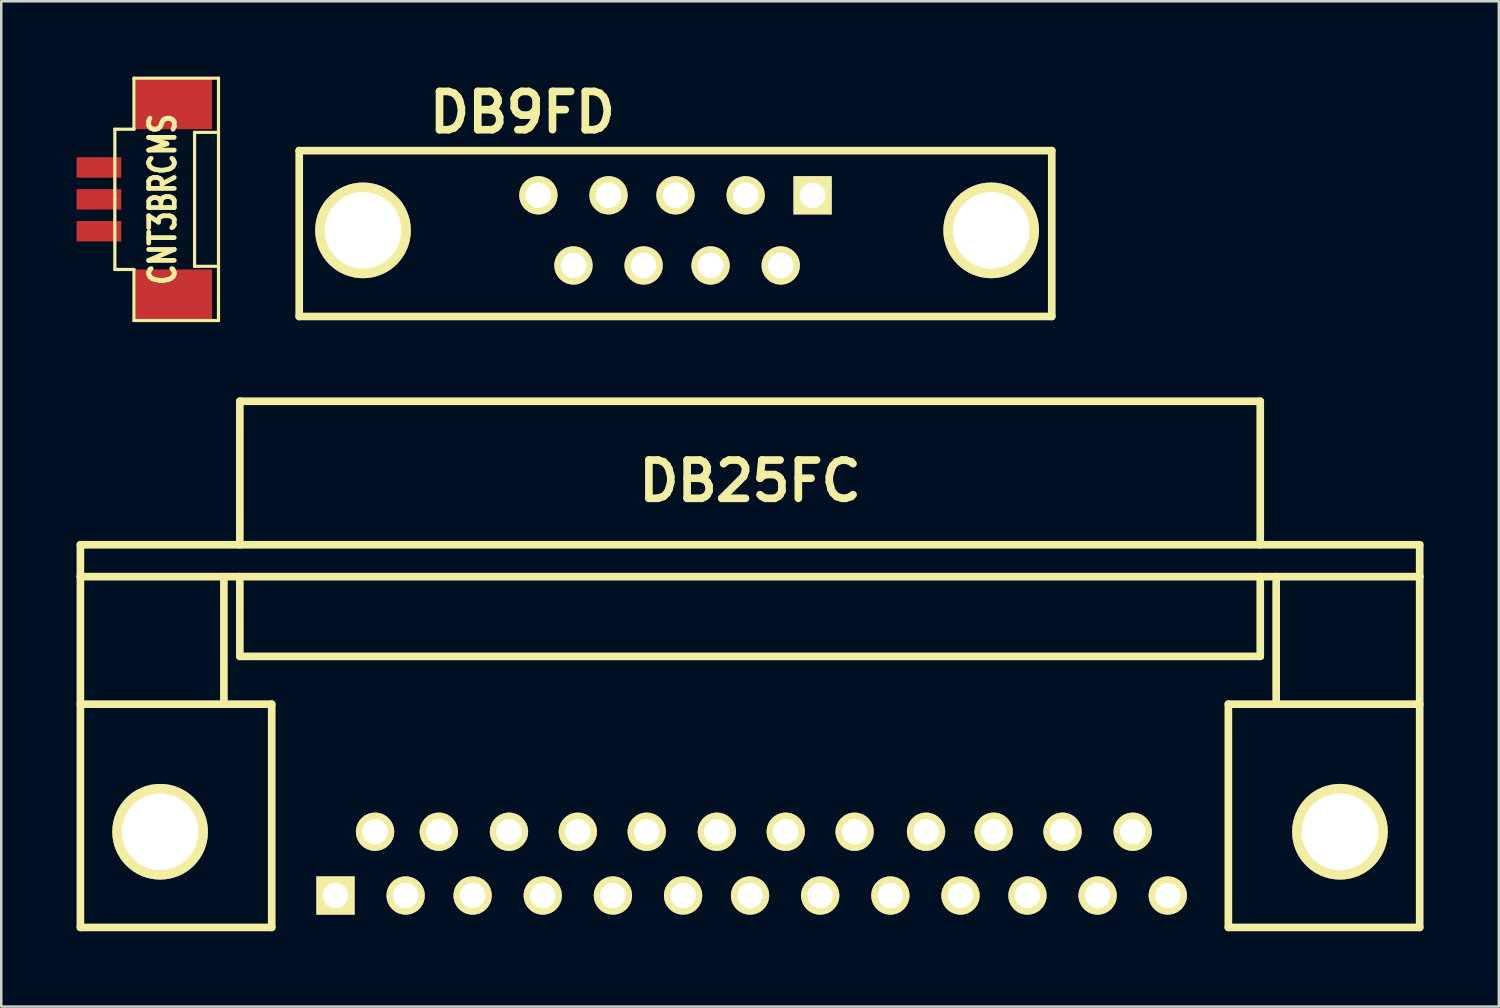
<source format=kicad_pcb>
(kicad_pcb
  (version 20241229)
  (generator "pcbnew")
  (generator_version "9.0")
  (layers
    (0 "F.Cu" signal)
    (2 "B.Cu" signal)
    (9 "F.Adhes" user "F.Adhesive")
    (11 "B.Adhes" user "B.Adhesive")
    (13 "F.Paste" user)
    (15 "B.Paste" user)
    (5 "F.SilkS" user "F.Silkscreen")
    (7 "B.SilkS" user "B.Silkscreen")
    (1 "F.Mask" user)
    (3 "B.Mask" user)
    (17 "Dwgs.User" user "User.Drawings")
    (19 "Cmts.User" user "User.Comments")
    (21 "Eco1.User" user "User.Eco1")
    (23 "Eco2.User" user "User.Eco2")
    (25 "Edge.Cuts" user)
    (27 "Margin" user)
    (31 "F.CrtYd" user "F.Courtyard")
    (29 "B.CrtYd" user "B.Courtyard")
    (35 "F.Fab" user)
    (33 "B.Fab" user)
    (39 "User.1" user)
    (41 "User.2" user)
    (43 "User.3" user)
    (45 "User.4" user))
  (footprint "CNT3BRCMS"
    (layer "F.Cu")
    (at 0.889 4.889)
    (property "Reference" "CNT3BRCMS" (at 2.54 0 90) (layer "F.SilkS") (effects (font (size 1.016 0.762) (thickness 0.191))))
    (attr smd)
    (fp_line (start 0.635 -2.794) (end 1.397 -2.794) (stroke (width 0.127) (type solid)) (layer "F.SilkS"))
    (fp_line (start 0.635 0) (end 0.635 -2.794) (stroke (width 0.127) (type solid)) (layer "F.SilkS"))
    (fp_line (start 0.635 2.794) (end 0.635 0) (stroke (width 0.127) (type solid)) (layer "F.SilkS"))
    (fp_line (start 1.397 -4.826) (end 4.763 -4.826) (stroke (width 0.127) (type solid)) (layer "F.SilkS"))
    (fp_line (start 1.397 -2.794) (end 1.397 -4.826) (stroke (width 0.127) (type solid)) (layer "F.SilkS"))
    (fp_line (start 1.397 2.794) (end 0.635 2.794) (stroke (width 0.127) (type solid)) (layer "F.SilkS"))
    (fp_line (start 1.397 4.826) (end 1.397 2.794) (stroke (width 0.127) (type solid)) (layer "F.SilkS"))
    (fp_line (start 3.81 -2.667) (end 3.81 2.667) (stroke (width 0.127) (type solid)) (layer "F.SilkS"))
    (fp_line (start 3.81 2.667) (end 4.763 2.667) (stroke (width 0.127) (type solid)) (layer "F.SilkS"))
    (fp_line (start 4.763 -4.826) (end 4.763 4.826) (stroke (width 0.127) (type solid)) (layer "F.SilkS"))
    (fp_line (start 4.763 -2.667) (end 3.81 -2.667) (stroke (width 0.127) (type solid)) (layer "F.SilkS"))
    (fp_line (start 4.763 4.826) (end 1.397 4.826) (stroke (width 0.127) (type solid)) (layer "F.SilkS"))
    (pad "" smd rect (at 2.985 -3.81) (size 3.048 2.032) (layers "F.Cu" "F.Mask" "F.Paste"))
    (pad "" smd rect (at 2.985 3.81) (size 3.048 2.032) (layers "F.Cu" "F.Mask" "F.Paste"))
    (pad "1" smd rect (at 0 -1.27) (size 1.778 0.813) (layers "F.Cu" "F.Mask" "F.Paste"))
    (pad "2" smd rect (at 0 0) (size 1.778 0.813) (layers "F.Cu" "F.Mask" "F.Paste"))
    (pad "3" smd rect (at 0 1.27) (size 1.778 0.813) (layers "F.Cu" "F.Mask" "F.Paste")))
  (footprint "DB9FD"
    (layer "F.Cu")
    (at 23.853 6.252)
    (property "Reference" "DB9FD" (at -6.096 -4.826 180) (layer "F.SilkS") (effects (font (size 1.524 1.524) (thickness 0.305))))
    (attr through_hole)
    (fp_line (start -14.986 -3.302) (end -14.986 3.302) (stroke (width 0.305) (type solid)) (layer "F.SilkS"))
    (fp_line (start -14.986 3.302) (end 14.986 3.302) (stroke (width 0.305) (type solid)) (layer "F.SilkS"))
    (fp_line (start 14.986 -3.302) (end -14.986 -3.302) (stroke (width 0.305) (type solid)) (layer "F.SilkS"))
    (fp_line (start 14.986 3.302) (end 14.986 -3.302) (stroke (width 0.305) (type solid)) (layer "F.SilkS"))
    (pad "0" thru_hole circle (at -12.446 -0.127) (size 3.81 3.81) (drill 3.048) (layers "*.Cu" "*.Mask" "F.SilkS"))
    (pad "0" thru_hole circle (at 12.573 -0.127) (size 3.81 3.81) (drill 3.048) (layers "*.Cu" "*.Mask" "F.SilkS"))
    (pad "1" thru_hole rect (at 5.461 -1.524) (size 1.524 1.524) (drill 1.016) (layers "*.Cu" "*.Mask" "F.SilkS"))
    (pad "2" thru_hole circle (at 2.794 -1.524) (size 1.524 1.524) (drill 1.016) (layers "*.Cu" "*.Mask" "F.SilkS"))
    (pad "3" thru_hole circle (at 0 -1.524) (size 1.524 1.524) (drill 1.016) (layers "*.Cu" "*.Mask" "F.SilkS"))
    (pad "4" thru_hole circle (at -2.667 -1.524) (size 1.524 1.524) (drill 1.016) (layers "*.Cu" "*.Mask" "F.SilkS"))
    (pad "5" thru_hole circle (at -5.461 -1.524) (size 1.524 1.524) (drill 1.016) (layers "*.Cu" "*.Mask" "F.SilkS"))
    (pad "6" thru_hole circle (at 4.191 1.27) (size 1.524 1.524) (drill 1.016) (layers "*.Cu" "*.Mask" "F.SilkS"))
    (pad "7" thru_hole circle (at 1.397 1.27) (size 1.524 1.524) (drill 1.016) (layers "*.Cu" "*.Mask" "F.SilkS"))
    (pad "8" thru_hole circle (at -1.27 1.27) (size 1.524 1.524) (drill 1.016) (layers "*.Cu" "*.Mask" "F.SilkS"))
    (pad "9" thru_hole circle (at -4.064 1.27) (size 1.524 1.524) (drill 1.016) (layers "*.Cu" "*.Mask" "F.SilkS")))
  (footprint "DB25FC"
    (layer "F.Cu")
    (at 26.822 31.346)
    (property "Reference" "DB25FC" (at 0 -15.24 0) (layer "F.SilkS") (effects (font (size 1.524 1.524) (thickness 0.305))))
    (attr through_hole)
    (fp_line (start -26.67 -12.7) (end -26.67 -11.43) (stroke (width 0.305) (type solid)) (layer "F.SilkS"))
    (fp_line (start -26.67 -11.43) (end 26.67 -11.43) (stroke (width 0.305) (type solid)) (layer "F.SilkS"))
    (fp_line (start -26.67 -6.35) (end -19.05 -6.35) (stroke (width 0.305) (type solid)) (layer "F.SilkS"))
    (fp_line (start -26.67 2.54) (end -26.67 -11.43) (stroke (width 0.305) (type solid)) (layer "F.SilkS"))
    (fp_line (start -26.67 2.54) (end -19.05 2.54) (stroke (width 0.305) (type solid)) (layer "F.SilkS"))
    (fp_line (start -20.955 -11.43) (end -20.955 -6.35) (stroke (width 0.305) (type solid)) (layer "F.SilkS"))
    (fp_line (start -20.32 -18.415) (end -20.32 -12.7) (stroke (width 0.305) (type solid)) (layer "F.SilkS"))
    (fp_line (start -20.32 -18.415) (end 20.32 -18.415) (stroke (width 0.305) (type solid)) (layer "F.SilkS"))
    (fp_line (start -20.32 -8.255) (end -20.32 -11.43) (stroke (width 0.305) (type solid)) (layer "F.SilkS"))
    (fp_line (start -20.32 -8.255) (end 20.32 -8.255) (stroke (width 0.305) (type solid)) (layer "F.SilkS"))
    (fp_line (start -19.05 -6.35) (end -19.05 2.54) (stroke (width 0.305) (type solid)) (layer "F.SilkS"))
    (fp_line (start 19.05 -6.35) (end 19.05 2.54) (stroke (width 0.305) (type solid)) (layer "F.SilkS"))
    (fp_line (start 19.05 2.54) (end 26.67 2.54) (stroke (width 0.305) (type solid)) (layer "F.SilkS"))
    (fp_line (start 20.32 -18.415) (end 20.32 -12.7) (stroke (width 0.305) (type solid)) (layer "F.SilkS"))
    (fp_line (start 20.32 -8.255) (end 20.32 -11.43) (stroke (width 0.305) (type solid)) (layer "F.SilkS"))
    (fp_line (start 20.955 -11.43) (end 20.955 -6.35) (stroke (width 0.305) (type solid)) (layer "F.SilkS"))
    (fp_line (start 26.67 -12.7) (end -26.67 -12.7) (stroke (width 0.305) (type solid)) (layer "F.SilkS"))
    (fp_line (start 26.67 -11.43) (end 26.67 -12.7) (stroke (width 0.305) (type solid)) (layer "F.SilkS"))
    (fp_line (start 26.67 -11.43) (end 26.67 2.54) (stroke (width 0.305) (type solid)) (layer "F.SilkS"))
    (fp_line (start 26.67 -6.35) (end 19.05 -6.35) (stroke (width 0.305) (type solid)) (layer "F.SilkS"))
    (pad "" thru_hole circle (at -23.495 -1.27) (size 3.81 3.81) (drill 3.048) (layers "*.Cu" "*.Mask" "F.SilkS"))
    (pad "" thru_hole circle (at 23.495 -1.27) (size 3.81 3.81) (drill 3.048) (layers "*.Cu" "*.Mask" "F.SilkS"))
    (pad "1" thru_hole rect (at -16.51 1.27) (size 1.524 1.524) (drill 1.016) (layers "*.Cu" "*.Mask" "F.SilkS"))
    (pad "2" thru_hole circle (at -13.716 1.27) (size 1.524 1.524) (drill 1.016) (layers "*.Cu" "*.Mask" "F.SilkS"))
    (pad "3" thru_hole circle (at -11.049 1.27) (size 1.524 1.524) (drill 1.016) (layers "*.Cu" "*.Mask" "F.SilkS"))
    (pad "4" thru_hole circle (at -8.255 1.27) (size 1.524 1.524) (drill 1.016) (layers "*.Cu" "*.Mask" "F.SilkS"))
    (pad "5" thru_hole circle (at -5.461 1.27) (size 1.524 1.524) (drill 1.016) (layers "*.Cu" "*.Mask" "F.SilkS"))
    (pad "6" thru_hole circle (at -2.667 1.27) (size 1.524 1.524) (drill 1.016) (layers "*.Cu" "*.Mask" "F.SilkS"))
    (pad "7" thru_hole circle (at 0 1.27) (size 1.524 1.524) (drill 1.016) (layers "*.Cu" "*.Mask" "F.SilkS"))
    (pad "8" thru_hole circle (at 2.794 1.27) (size 1.524 1.524) (drill 1.016) (layers "*.Cu" "*.Mask" "F.SilkS"))
    (pad "9" thru_hole circle (at 5.588 1.27) (size 1.524 1.524) (drill 1.016) (layers "*.Cu" "*.Mask" "F.SilkS"))
    (pad "10" thru_hole circle (at 8.382 1.27) (size 1.524 1.524) (drill 1.016) (layers "*.Cu" "*.Mask" "F.SilkS"))
    (pad "11" thru_hole circle (at 11.049 1.27) (size 1.524 1.524) (drill 1.016) (layers "*.Cu" "*.Mask" "F.SilkS"))
    (pad "12" thru_hole circle (at 13.843 1.27) (size 1.524 1.524) (drill 1.016) (layers "*.Cu" "*.Mask" "F.SilkS"))
    (pad "13" thru_hole circle (at 16.637 1.27) (size 1.524 1.524) (drill 1.016) (layers "*.Cu" "*.Mask" "F.SilkS"))
    (pad "14" thru_hole circle (at -14.935 -1.27) (size 1.524 1.524) (drill 1.016) (layers "*.Cu" "*.Mask" "F.SilkS"))
    (pad "15" thru_hole circle (at -12.395 -1.27) (size 1.524 1.524) (drill 1.016) (layers "*.Cu" "*.Mask" "F.SilkS"))
    (pad "16" thru_hole circle (at -9.601 -1.27) (size 1.524 1.524) (drill 1.016) (layers "*.Cu" "*.Mask" "F.SilkS"))
    (pad "17" thru_hole circle (at -6.858 -1.27) (size 1.524 1.524) (drill 1.016) (layers "*.Cu" "*.Mask" "F.SilkS"))
    (pad "18" thru_hole circle (at -4.115 -1.27) (size 1.524 1.524) (drill 1.016) (layers "*.Cu" "*.Mask" "F.SilkS"))
    (pad "19" thru_hole circle (at -1.321 -1.27) (size 1.524 1.524) (drill 1.016) (layers "*.Cu" "*.Mask" "F.SilkS"))
    (pad "20" thru_hole circle (at 1.422 -1.27) (size 1.524 1.524) (drill 1.016) (layers "*.Cu" "*.Mask" "F.SilkS"))
    (pad "21" thru_hole circle (at 4.166 -1.27) (size 1.524 1.524) (drill 1.016) (layers "*.Cu" "*.Mask" "F.SilkS"))
    (pad "22" thru_hole circle (at 7.01 -1.27) (size 1.524 1.524) (drill 1.016) (layers "*.Cu" "*.Mask" "F.SilkS"))
    (pad "23" thru_hole circle (at 9.703 -1.27) (size 1.524 1.524) (drill 1.016) (layers "*.Cu" "*.Mask" "F.SilkS"))
    (pad "24" thru_hole circle (at 12.446 -1.27) (size 1.524 1.524) (drill 1.016) (layers "*.Cu" "*.Mask" "F.SilkS"))
    (pad "25" thru_hole circle (at 15.24 -1.27) (size 1.524 1.524) (drill 1.016) (layers "*.Cu" "*.Mask" "F.SilkS")))
  (gr_rect
    (start -3 -3)
    (end 56.645 37.039)
    (stroke (width 0.1) (type default))
    (fill no)
    (layer "Edge.Cuts")))
</source>
